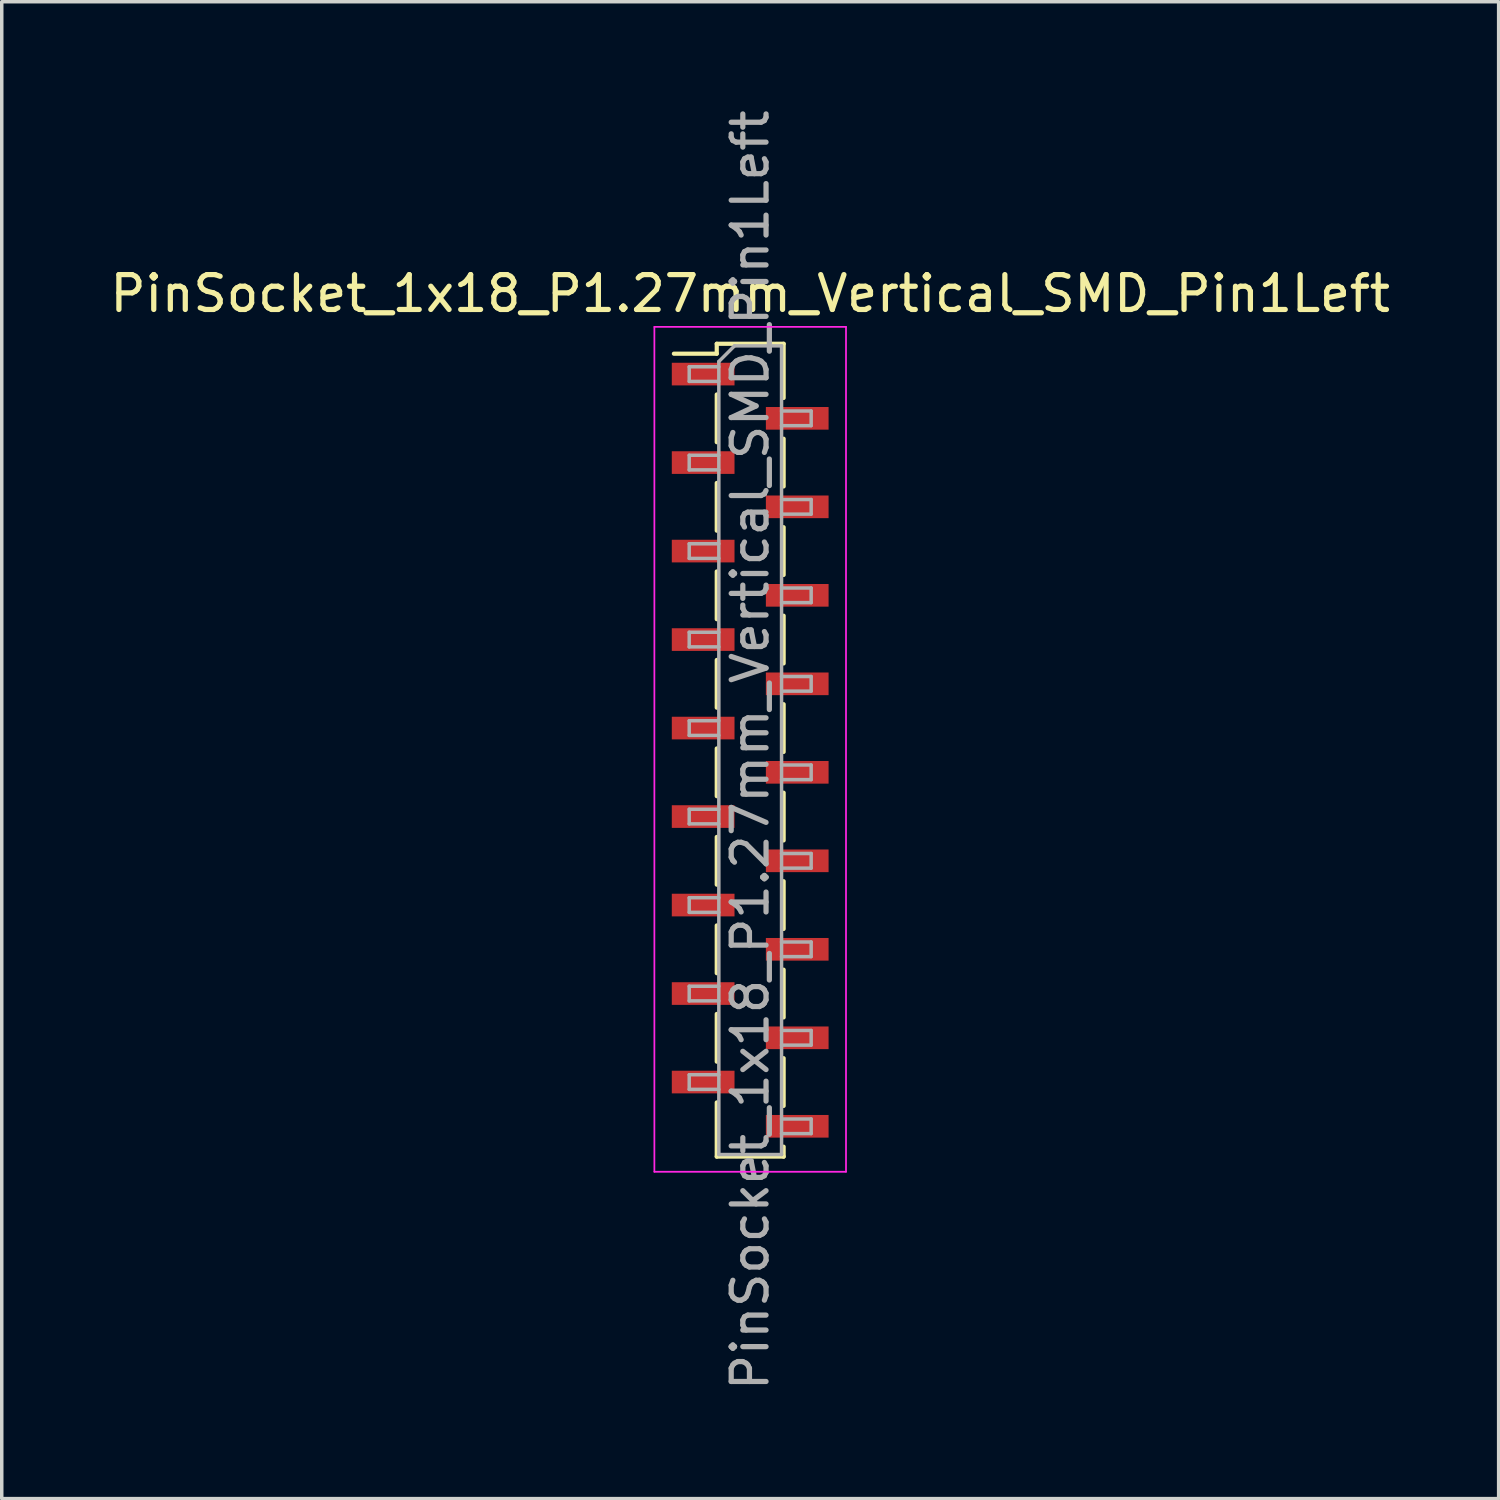
<source format=kicad_pcb>
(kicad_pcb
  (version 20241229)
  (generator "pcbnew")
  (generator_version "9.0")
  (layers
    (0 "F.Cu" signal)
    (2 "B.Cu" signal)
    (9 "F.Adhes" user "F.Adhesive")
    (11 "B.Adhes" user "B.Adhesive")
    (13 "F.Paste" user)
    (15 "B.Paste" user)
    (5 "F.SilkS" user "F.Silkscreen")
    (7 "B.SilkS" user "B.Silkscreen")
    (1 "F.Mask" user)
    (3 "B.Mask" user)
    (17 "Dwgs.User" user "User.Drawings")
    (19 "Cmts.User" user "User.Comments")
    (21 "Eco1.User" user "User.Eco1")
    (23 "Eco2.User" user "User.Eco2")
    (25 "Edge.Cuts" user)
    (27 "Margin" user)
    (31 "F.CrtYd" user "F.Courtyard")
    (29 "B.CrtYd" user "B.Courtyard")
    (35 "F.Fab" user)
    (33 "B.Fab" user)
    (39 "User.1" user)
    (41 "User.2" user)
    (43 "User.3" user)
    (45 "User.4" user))
  (footprint "PinSocket_1x18_P1.27mm_Vertical_SMD_Pin1Left"
    (layer "F.Cu")
    (at 18.482 18.482)
    (property "Reference" "PinSocket_1x18_P1.27mm_Vertical_SMD_Pin1Left" (at 0 -13.105 0) (layer "F.SilkS") (effects (font (size 1 1) (thickness 0.15))))
    (attr smd)
    (fp_line (start -2.19 -11.38) (end -0.96 -11.38) (stroke (width 0.12) (type solid)) (layer "F.SilkS"))
    (fp_line (start -0.96 -11.665) (end -0.96 -11.38) (stroke (width 0.12) (type solid)) (layer "F.SilkS"))
    (fp_line (start -0.96 -11.665) (end 0.96 -11.665) (stroke (width 0.12) (type solid)) (layer "F.SilkS"))
    (fp_line (start -0.96 -10.21) (end -0.96 -8.84) (stroke (width 0.12) (type solid)) (layer "F.SilkS"))
    (fp_line (start -0.96 -7.67) (end -0.96 -6.3) (stroke (width 0.12) (type solid)) (layer "F.SilkS"))
    (fp_line (start -0.96 -5.13) (end -0.96 -3.76) (stroke (width 0.12) (type solid)) (layer "F.SilkS"))
    (fp_line (start -0.96 -2.59) (end -0.96 -1.22) (stroke (width 0.12) (type solid)) (layer "F.SilkS"))
    (fp_line (start -0.96 -0.05) (end -0.96 1.32) (stroke (width 0.12) (type solid)) (layer "F.SilkS"))
    (fp_line (start -0.96 2.49) (end -0.96 3.86) (stroke (width 0.12) (type solid)) (layer "F.SilkS"))
    (fp_line (start -0.96 5.03) (end -0.96 6.4) (stroke (width 0.12) (type solid)) (layer "F.SilkS"))
    (fp_line (start -0.96 7.57) (end -0.96 8.94) (stroke (width 0.12) (type solid)) (layer "F.SilkS"))
    (fp_line (start -0.96 10.11) (end -0.96 11.665) (stroke (width 0.12) (type solid)) (layer "F.SilkS"))
    (fp_line (start -0.96 11.665) (end 0.96 11.665) (stroke (width 0.12) (type solid)) (layer "F.SilkS"))
    (fp_line (start 0.96 -11.665) (end 0.96 -10.11) (stroke (width 0.12) (type solid)) (layer "F.SilkS"))
    (fp_line (start 0.96 -8.94) (end 0.96 -7.57) (stroke (width 0.12) (type solid)) (layer "F.SilkS"))
    (fp_line (start 0.96 -6.4) (end 0.96 -5.03) (stroke (width 0.12) (type solid)) (layer "F.SilkS"))
    (fp_line (start 0.96 -3.86) (end 0.96 -2.49) (stroke (width 0.12) (type solid)) (layer "F.SilkS"))
    (fp_line (start 0.96 -1.32) (end 0.96 0.05) (stroke (width 0.12) (type solid)) (layer "F.SilkS"))
    (fp_line (start 0.96 1.22) (end 0.96 2.59) (stroke (width 0.12) (type solid)) (layer "F.SilkS"))
    (fp_line (start 0.96 3.76) (end 0.96 5.13) (stroke (width 0.12) (type solid)) (layer "F.SilkS"))
    (fp_line (start 0.96 6.3) (end 0.96 7.67) (stroke (width 0.12) (type solid)) (layer "F.SilkS"))
    (fp_line (start 0.96 8.84) (end 0.96 10.21) (stroke (width 0.12) (type solid)) (layer "F.SilkS"))
    (fp_line (start 0.96 11.38) (end 0.96 11.665) (stroke (width 0.12) (type solid)) (layer "F.SilkS"))
    (fp_line (start -2.75 -12.15) (end 2.75 -12.15) (stroke (width 0.05) (type solid)) (layer "F.CrtYd"))
    (fp_line (start -2.75 12.1) (end -2.75 -12.15) (stroke (width 0.05) (type solid)) (layer "F.CrtYd"))
    (fp_line (start 2.75 -12.15) (end 2.75 12.1) (stroke (width 0.05) (type solid)) (layer "F.CrtYd"))
    (fp_line (start 2.75 12.1) (end -2.75 12.1) (stroke (width 0.05) (type solid)) (layer "F.CrtYd"))
    (fp_line (start -1.75 -11.005) (end -0.9 -11.005) (stroke (width 0.1) (type solid)) (layer "F.Fab"))
    (fp_line (start -1.75 -10.585) (end -1.75 -11.005) (stroke (width 0.1) (type solid)) (layer "F.Fab"))
    (fp_line (start -1.75 -8.465) (end -0.9 -8.465) (stroke (width 0.1) (type solid)) (layer "F.Fab"))
    (fp_line (start -1.75 -8.045) (end -1.75 -8.465) (stroke (width 0.1) (type solid)) (layer "F.Fab"))
    (fp_line (start -1.75 -5.925) (end -0.9 -5.925) (stroke (width 0.1) (type solid)) (layer "F.Fab"))
    (fp_line (start -1.75 -5.505) (end -1.75 -5.925) (stroke (width 0.1) (type solid)) (layer "F.Fab"))
    (fp_line (start -1.75 -3.385) (end -0.9 -3.385) (stroke (width 0.1) (type solid)) (layer "F.Fab"))
    (fp_line (start -1.75 -2.965) (end -1.75 -3.385) (stroke (width 0.1) (type solid)) (layer "F.Fab"))
    (fp_line (start -1.75 -0.845) (end -0.9 -0.845) (stroke (width 0.1) (type solid)) (layer "F.Fab"))
    (fp_line (start -1.75 -0.425) (end -1.75 -0.845) (stroke (width 0.1) (type solid)) (layer "F.Fab"))
    (fp_line (start -1.75 1.695) (end -0.9 1.695) (stroke (width 0.1) (type solid)) (layer "F.Fab"))
    (fp_line (start -1.75 2.115) (end -1.75 1.695) (stroke (width 0.1) (type solid)) (layer "F.Fab"))
    (fp_line (start -1.75 4.235) (end -0.9 4.235) (stroke (width 0.1) (type solid)) (layer "F.Fab"))
    (fp_line (start -1.75 4.655) (end -1.75 4.235) (stroke (width 0.1) (type solid)) (layer "F.Fab"))
    (fp_line (start -1.75 6.775) (end -0.9 6.775) (stroke (width 0.1) (type solid)) (layer "F.Fab"))
    (fp_line (start -1.75 7.195) (end -1.75 6.775) (stroke (width 0.1) (type solid)) (layer "F.Fab"))
    (fp_line (start -1.75 9.315) (end -0.9 9.315) (stroke (width 0.1) (type solid)) (layer "F.Fab"))
    (fp_line (start -1.75 9.735) (end -1.75 9.315) (stroke (width 0.1) (type solid)) (layer "F.Fab"))
    (fp_line (start -0.9 -11.155) (end -0.45 -11.605) (stroke (width 0.1) (type solid)) (layer "F.Fab"))
    (fp_line (start -0.9 -10.585) (end -1.75 -10.585) (stroke (width 0.1) (type solid)) (layer "F.Fab"))
    (fp_line (start -0.9 -8.045) (end -1.75 -8.045) (stroke (width 0.1) (type solid)) (layer "F.Fab"))
    (fp_line (start -0.9 -5.505) (end -1.75 -5.505) (stroke (width 0.1) (type solid)) (layer "F.Fab"))
    (fp_line (start -0.9 -2.965) (end -1.75 -2.965) (stroke (width 0.1) (type solid)) (layer "F.Fab"))
    (fp_line (start -0.9 -0.425) (end -1.75 -0.425) (stroke (width 0.1) (type solid)) (layer "F.Fab"))
    (fp_line (start -0.9 2.115) (end -1.75 2.115) (stroke (width 0.1) (type solid)) (layer "F.Fab"))
    (fp_line (start -0.9 4.655) (end -1.75 4.655) (stroke (width 0.1) (type solid)) (layer "F.Fab"))
    (fp_line (start -0.9 7.195) (end -1.75 7.195) (stroke (width 0.1) (type solid)) (layer "F.Fab"))
    (fp_line (start -0.9 9.735) (end -1.75 9.735) (stroke (width 0.1) (type solid)) (layer "F.Fab"))
    (fp_line (start -0.9 11.605) (end -0.9 -11.155) (stroke (width 0.1) (type solid)) (layer "F.Fab"))
    (fp_line (start -0.45 -11.605) (end 0.9 -11.605) (stroke (width 0.1) (type solid)) (layer "F.Fab"))
    (fp_line (start 0.9 -11.605) (end 0.9 11.605) (stroke (width 0.1) (type solid)) (layer "F.Fab"))
    (fp_line (start 0.9 -9.735) (end 1.75 -9.735) (stroke (width 0.1) (type solid)) (layer "F.Fab"))
    (fp_line (start 0.9 -7.195) (end 1.75 -7.195) (stroke (width 0.1) (type solid)) (layer "F.Fab"))
    (fp_line (start 0.9 -4.655) (end 1.75 -4.655) (stroke (width 0.1) (type solid)) (layer "F.Fab"))
    (fp_line (start 0.9 -2.115) (end 1.75 -2.115) (stroke (width 0.1) (type solid)) (layer "F.Fab"))
    (fp_line (start 0.9 0.425) (end 1.75 0.425) (stroke (width 0.1) (type solid)) (layer "F.Fab"))
    (fp_line (start 0.9 2.965) (end 1.75 2.965) (stroke (width 0.1) (type solid)) (layer "F.Fab"))
    (fp_line (start 0.9 5.505) (end 1.75 5.505) (stroke (width 0.1) (type solid)) (layer "F.Fab"))
    (fp_line (start 0.9 8.045) (end 1.75 8.045) (stroke (width 0.1) (type solid)) (layer "F.Fab"))
    (fp_line (start 0.9 10.585) (end 1.75 10.585) (stroke (width 0.1) (type solid)) (layer "F.Fab"))
    (fp_line (start 0.9 11.605) (end -0.9 11.605) (stroke (width 0.1) (type solid)) (layer "F.Fab"))
    (fp_line (start 1.75 -9.735) (end 1.75 -9.315) (stroke (width 0.1) (type solid)) (layer "F.Fab"))
    (fp_line (start 1.75 -9.315) (end 0.9 -9.315) (stroke (width 0.1) (type solid)) (layer "F.Fab"))
    (fp_line (start 1.75 -7.195) (end 1.75 -6.775) (stroke (width 0.1) (type solid)) (layer "F.Fab"))
    (fp_line (start 1.75 -6.775) (end 0.9 -6.775) (stroke (width 0.1) (type solid)) (layer "F.Fab"))
    (fp_line (start 1.75 -4.655) (end 1.75 -4.235) (stroke (width 0.1) (type solid)) (layer "F.Fab"))
    (fp_line (start 1.75 -4.235) (end 0.9 -4.235) (stroke (width 0.1) (type solid)) (layer "F.Fab"))
    (fp_line (start 1.75 -2.115) (end 1.75 -1.695) (stroke (width 0.1) (type solid)) (layer "F.Fab"))
    (fp_line (start 1.75 -1.695) (end 0.9 -1.695) (stroke (width 0.1) (type solid)) (layer "F.Fab"))
    (fp_line (start 1.75 0.425) (end 1.75 0.845) (stroke (width 0.1) (type solid)) (layer "F.Fab"))
    (fp_line (start 1.75 0.845) (end 0.9 0.845) (stroke (width 0.1) (type solid)) (layer "F.Fab"))
    (fp_line (start 1.75 2.965) (end 1.75 3.385) (stroke (width 0.1) (type solid)) (layer "F.Fab"))
    (fp_line (start 1.75 3.385) (end 0.9 3.385) (stroke (width 0.1) (type solid)) (layer "F.Fab"))
    (fp_line (start 1.75 5.505) (end 1.75 5.925) (stroke (width 0.1) (type solid)) (layer "F.Fab"))
    (fp_line (start 1.75 5.925) (end 0.9 5.925) (stroke (width 0.1) (type solid)) (layer "F.Fab"))
    (fp_line (start 1.75 8.045) (end 1.75 8.465) (stroke (width 0.1) (type solid)) (layer "F.Fab"))
    (fp_line (start 1.75 8.465) (end 0.9 8.465) (stroke (width 0.1) (type solid)) (layer "F.Fab"))
    (fp_line (start 1.75 10.585) (end 1.75 11.005) (stroke (width 0.1) (type solid)) (layer "F.Fab"))
    (fp_line (start 1.75 11.005) (end 0.9 11.005) (stroke (width 0.1) (type solid)) (layer "F.Fab"))
    (fp_text user "${REFERENCE}" (at 0 0 90) (layer "F.Fab") (effects (font (size 1 1) (thickness 0.15))))
    (pad "1" smd rect (at -1.35 -10.795) (size 1.8 0.65) (layers "F.Cu" "F.Mask" "F.Paste"))
    (pad "2" smd rect (at 1.35 -9.525) (size 1.8 0.65) (layers "F.Cu" "F.Mask" "F.Paste"))
    (pad "3" smd rect (at -1.35 -8.255) (size 1.8 0.65) (layers "F.Cu" "F.Mask" "F.Paste"))
    (pad "4" smd rect (at 1.35 -6.985) (size 1.8 0.65) (layers "F.Cu" "F.Mask" "F.Paste"))
    (pad "5" smd rect (at -1.35 -5.715) (size 1.8 0.65) (layers "F.Cu" "F.Mask" "F.Paste"))
    (pad "6" smd rect (at 1.35 -4.445) (size 1.8 0.65) (layers "F.Cu" "F.Mask" "F.Paste"))
    (pad "7" smd rect (at -1.35 -3.175) (size 1.8 0.65) (layers "F.Cu" "F.Mask" "F.Paste"))
    (pad "8" smd rect (at 1.35 -1.905) (size 1.8 0.65) (layers "F.Cu" "F.Mask" "F.Paste"))
    (pad "9" smd rect (at -1.35 -0.635) (size 1.8 0.65) (layers "F.Cu" "F.Mask" "F.Paste"))
    (pad "10" smd rect (at 1.35 0.635) (size 1.8 0.65) (layers "F.Cu" "F.Mask" "F.Paste"))
    (pad "11" smd rect (at -1.35 1.905) (size 1.8 0.65) (layers "F.Cu" "F.Mask" "F.Paste"))
    (pad "12" smd rect (at 1.35 3.175) (size 1.8 0.65) (layers "F.Cu" "F.Mask" "F.Paste"))
    (pad "13" smd rect (at -1.35 4.445) (size 1.8 0.65) (layers "F.Cu" "F.Mask" "F.Paste"))
    (pad "14" smd rect (at 1.35 5.715) (size 1.8 0.65) (layers "F.Cu" "F.Mask" "F.Paste"))
    (pad "15" smd rect (at -1.35 6.985) (size 1.8 0.65) (layers "F.Cu" "F.Mask" "F.Paste"))
    (pad "16" smd rect (at 1.35 8.255) (size 1.8 0.65) (layers "F.Cu" "F.Mask" "F.Paste"))
    (pad "17" smd rect (at -1.35 9.525) (size 1.8 0.65) (layers "F.Cu" "F.Mask" "F.Paste"))
    (pad "18" smd rect (at 1.35 10.795) (size 1.8 0.65) (layers "F.Cu" "F.Mask" "F.Paste")))
  (gr_rect
    (start -3 -3)
    (end 39.964 39.964)
    (stroke (width 0.1) (type default))
    (fill no)
    (layer "Edge.Cuts")))
</source>
